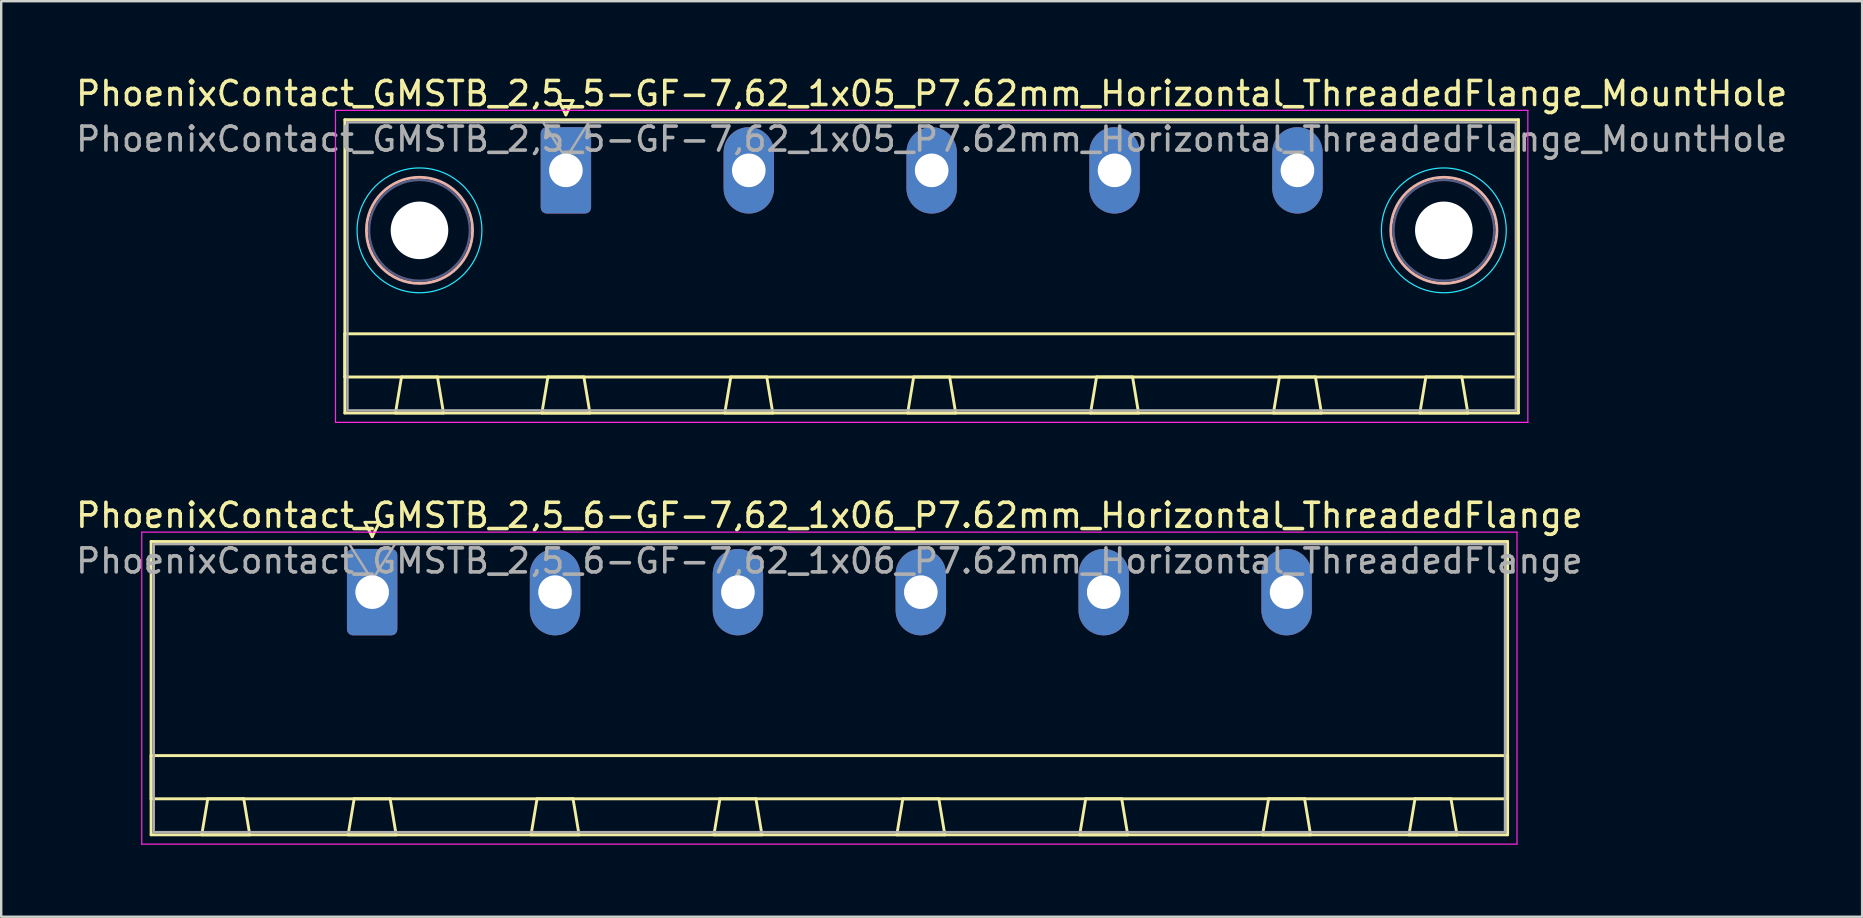
<source format=kicad_pcb>
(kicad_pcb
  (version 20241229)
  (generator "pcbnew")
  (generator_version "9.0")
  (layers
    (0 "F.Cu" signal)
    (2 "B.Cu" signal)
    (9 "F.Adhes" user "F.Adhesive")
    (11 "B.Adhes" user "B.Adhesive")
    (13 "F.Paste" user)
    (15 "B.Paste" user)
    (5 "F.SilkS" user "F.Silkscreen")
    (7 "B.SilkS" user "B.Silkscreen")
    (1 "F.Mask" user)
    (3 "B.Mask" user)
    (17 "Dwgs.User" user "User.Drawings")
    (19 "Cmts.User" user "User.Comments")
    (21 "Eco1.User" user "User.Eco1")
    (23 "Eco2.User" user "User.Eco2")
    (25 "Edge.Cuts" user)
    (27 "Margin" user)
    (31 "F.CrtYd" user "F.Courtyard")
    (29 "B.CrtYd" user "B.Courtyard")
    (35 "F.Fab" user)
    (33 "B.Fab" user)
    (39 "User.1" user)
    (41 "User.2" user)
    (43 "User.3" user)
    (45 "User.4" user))
  (footprint "PhoenixContact_GMSTB_2,5_6-GF-7,62_1x06_P7.62mm_Horizontal_ThreadedFlange"
    (layer "F.Cu")
    (at 12.456 21.622)
    (property "Reference" "PhoenixContact_GMSTB_2,5_6-GF-7,62_1x06_P7.62mm_Horizontal_ThreadedFlange" (at 19.05 -3.2 0) (layer "F.SilkS") (effects (font (size 1 1) (thickness 0.15))))
    (attr through_hole)
    (fp_line (start -9.21 -2.11) (end -9.21 10.11) (stroke (width 0.12) (type solid)) (layer "F.SilkS"))
    (fp_line (start -9.21 6.81) (end 47.31 6.81) (stroke (width 0.12) (type solid)) (layer "F.SilkS"))
    (fp_line (start -9.21 8.61) (end -9.21 6.81) (stroke (width 0.12) (type solid)) (layer "F.SilkS"))
    (fp_line (start -9.21 10.11) (end 47.31 10.11) (stroke (width 0.12) (type solid)) (layer "F.SilkS"))
    (fp_line (start -7.1 10.11) (end -5.1 10.11) (stroke (width 0.12) (type solid)) (layer "F.SilkS"))
    (fp_line (start -6.85 8.61) (end -7.1 10.11) (stroke (width 0.12) (type solid)) (layer "F.SilkS"))
    (fp_line (start -5.35 8.61) (end -6.85 8.61) (stroke (width 0.12) (type solid)) (layer "F.SilkS"))
    (fp_line (start -5.1 10.11) (end -5.35 8.61) (stroke (width 0.12) (type solid)) (layer "F.SilkS"))
    (fp_line (start -1 10.11) (end 1 10.11) (stroke (width 0.12) (type solid)) (layer "F.SilkS"))
    (fp_line (start -0.75 8.61) (end -1 10.11) (stroke (width 0.12) (type solid)) (layer "F.SilkS"))
    (fp_line (start -0.3 -2.91) (end 0.3 -2.91) (stroke (width 0.12) (type solid)) (layer "F.SilkS"))
    (fp_line (start 0 -2.31) (end -0.3 -2.91) (stroke (width 0.12) (type solid)) (layer "F.SilkS"))
    (fp_line (start 0.3 -2.91) (end 0 -2.31) (stroke (width 0.12) (type solid)) (layer "F.SilkS"))
    (fp_line (start 0.75 8.61) (end -0.75 8.61) (stroke (width 0.12) (type solid)) (layer "F.SilkS"))
    (fp_line (start 1 10.11) (end 0.75 8.61) (stroke (width 0.12) (type solid)) (layer "F.SilkS"))
    (fp_line (start 6.62 10.11) (end 8.62 10.11) (stroke (width 0.12) (type solid)) (layer "F.SilkS"))
    (fp_line (start 6.87 8.61) (end 6.62 10.11) (stroke (width 0.12) (type solid)) (layer "F.SilkS"))
    (fp_line (start 8.37 8.61) (end 6.87 8.61) (stroke (width 0.12) (type solid)) (layer "F.SilkS"))
    (fp_line (start 8.62 10.11) (end 8.37 8.61) (stroke (width 0.12) (type solid)) (layer "F.SilkS"))
    (fp_line (start 14.24 10.11) (end 16.24 10.11) (stroke (width 0.12) (type solid)) (layer "F.SilkS"))
    (fp_line (start 14.49 8.61) (end 14.24 10.11) (stroke (width 0.12) (type solid)) (layer "F.SilkS"))
    (fp_line (start 15.99 8.61) (end 14.49 8.61) (stroke (width 0.12) (type solid)) (layer "F.SilkS"))
    (fp_line (start 16.24 10.11) (end 15.99 8.61) (stroke (width 0.12) (type solid)) (layer "F.SilkS"))
    (fp_line (start 21.86 10.11) (end 23.86 10.11) (stroke (width 0.12) (type solid)) (layer "F.SilkS"))
    (fp_line (start 22.11 8.61) (end 21.86 10.11) (stroke (width 0.12) (type solid)) (layer "F.SilkS"))
    (fp_line (start 23.61 8.61) (end 22.11 8.61) (stroke (width 0.12) (type solid)) (layer "F.SilkS"))
    (fp_line (start 23.86 10.11) (end 23.61 8.61) (stroke (width 0.12) (type solid)) (layer "F.SilkS"))
    (fp_line (start 29.48 10.11) (end 31.48 10.11) (stroke (width 0.12) (type solid)) (layer "F.SilkS"))
    (fp_line (start 29.73 8.61) (end 29.48 10.11) (stroke (width 0.12) (type solid)) (layer "F.SilkS"))
    (fp_line (start 31.23 8.61) (end 29.73 8.61) (stroke (width 0.12) (type solid)) (layer "F.SilkS"))
    (fp_line (start 31.48 10.11) (end 31.23 8.61) (stroke (width 0.12) (type solid)) (layer "F.SilkS"))
    (fp_line (start 37.1 10.11) (end 39.1 10.11) (stroke (width 0.12) (type solid)) (layer "F.SilkS"))
    (fp_line (start 37.35 8.61) (end 37.1 10.11) (stroke (width 0.12) (type solid)) (layer "F.SilkS"))
    (fp_line (start 38.85 8.61) (end 37.35 8.61) (stroke (width 0.12) (type solid)) (layer "F.SilkS"))
    (fp_line (start 39.1 10.11) (end 38.85 8.61) (stroke (width 0.12) (type solid)) (layer "F.SilkS"))
    (fp_line (start 43.2 10.11) (end 45.2 10.11) (stroke (width 0.12) (type solid)) (layer "F.SilkS"))
    (fp_line (start 43.45 8.61) (end 43.2 10.11) (stroke (width 0.12) (type solid)) (layer "F.SilkS"))
    (fp_line (start 44.95 8.61) (end 43.45 8.61) (stroke (width 0.12) (type solid)) (layer "F.SilkS"))
    (fp_line (start 45.2 10.11) (end 44.95 8.61) (stroke (width 0.12) (type solid)) (layer "F.SilkS"))
    (fp_line (start 47.31 -2.11) (end -9.21 -2.11) (stroke (width 0.12) (type solid)) (layer "F.SilkS"))
    (fp_line (start 47.31 6.81) (end 47.31 8.61) (stroke (width 0.12) (type solid)) (layer "F.SilkS"))
    (fp_line (start 47.31 8.61) (end -9.21 8.61) (stroke (width 0.12) (type solid)) (layer "F.SilkS"))
    (fp_line (start 47.31 10.11) (end 47.31 -2.11) (stroke (width 0.12) (type solid)) (layer "F.SilkS"))
    (fp_line (start -9.6 -2.5) (end -9.6 10.5) (stroke (width 0.05) (type solid)) (layer "F.CrtYd"))
    (fp_line (start -9.6 10.5) (end 47.7 10.5) (stroke (width 0.05) (type solid)) (layer "F.CrtYd"))
    (fp_line (start 47.7 -2.5) (end -9.6 -2.5) (stroke (width 0.05) (type solid)) (layer "F.CrtYd"))
    (fp_line (start 47.7 10.5) (end 47.7 -2.5) (stroke (width 0.05) (type solid)) (layer "F.CrtYd"))
    (fp_line (start -9.1 -2) (end -9.1 10) (stroke (width 0.1) (type solid)) (layer "F.Fab"))
    (fp_line (start -9.1 10) (end 47.2 10) (stroke (width 0.1) (type solid)) (layer "F.Fab"))
    (fp_line (start 0 -0.5) (end -0.95 -2) (stroke (width 0.1) (type solid)) (layer "F.Fab"))
    (fp_line (start 0.95 -2) (end 0 -0.5) (stroke (width 0.1) (type solid)) (layer "F.Fab"))
    (fp_line (start 47.2 -2) (end -9.1 -2) (stroke (width 0.1) (type solid)) (layer "F.Fab"))
    (fp_line (start 47.2 10) (end 47.2 -2) (stroke (width 0.1) (type solid)) (layer "F.Fab"))
    (fp_text user "${REFERENCE}" (at 19.05 -1.3 0) (layer "F.Fab") (effects (font (size 1 1) (thickness 0.15))))
    (pad "1" thru_hole roundrect (at 0 0) (size 2.1 3.6) (drill 1.4) (layers "*.Cu" "*.Mask") (roundrect_rratio 0.119))
    (pad "2" thru_hole oval (at 7.62 0) (size 2.1 3.6) (drill 1.4) (layers "*.Cu" "*.Mask"))
    (pad "3" thru_hole oval (at 15.24 0) (size 2.1 3.6) (drill 1.4) (layers "*.Cu" "*.Mask"))
    (pad "4" thru_hole oval (at 22.86 0) (size 2.1 3.6) (drill 1.4) (layers "*.Cu" "*.Mask"))
    (pad "5" thru_hole oval (at 30.48 0) (size 2.1 3.6) (drill 1.4) (layers "*.Cu" "*.Mask"))
    (pad "6" thru_hole oval (at 38.1 0) (size 2.1 3.6) (drill 1.4) (layers "*.Cu" "*.Mask")))
  (footprint "PhoenixContact_GMSTB_2,5_5-GF-7,62_1x05_P7.62mm_Horizontal_ThreadedFlange_MountHole"
    (layer "F.Cu")
    (at 20.528 4.048)
    (property "Reference" "PhoenixContact_GMSTB_2,5_5-GF-7,62_1x05_P7.62mm_Horizontal_ThreadedFlange_MountHole" (at 15.24 -3.2 0) (layer "F.SilkS") (effects (font (size 1 1) (thickness 0.15))))
    (attr through_hole)
    (fp_line (start -9.21 -2.11) (end -9.21 10.11) (stroke (width 0.12) (type solid)) (layer "F.SilkS"))
    (fp_line (start -9.21 6.81) (end 39.69 6.81) (stroke (width 0.12) (type solid)) (layer "F.SilkS"))
    (fp_line (start -9.21 8.61) (end -9.21 6.81) (stroke (width 0.12) (type solid)) (layer "F.SilkS"))
    (fp_line (start -9.21 10.11) (end 39.69 10.11) (stroke (width 0.12) (type solid)) (layer "F.SilkS"))
    (fp_line (start -7.1 10.11) (end -5.1 10.11) (stroke (width 0.12) (type solid)) (layer "F.SilkS"))
    (fp_line (start -6.85 8.61) (end -7.1 10.11) (stroke (width 0.12) (type solid)) (layer "F.SilkS"))
    (fp_line (start -5.35 8.61) (end -6.85 8.61) (stroke (width 0.12) (type solid)) (layer "F.SilkS"))
    (fp_line (start -5.1 10.11) (end -5.35 8.61) (stroke (width 0.12) (type solid)) (layer "F.SilkS"))
    (fp_line (start -1 10.11) (end 1 10.11) (stroke (width 0.12) (type solid)) (layer "F.SilkS"))
    (fp_line (start -0.75 8.61) (end -1 10.11) (stroke (width 0.12) (type solid)) (layer "F.SilkS"))
    (fp_line (start -0.3 -2.91) (end 0.3 -2.91) (stroke (width 0.12) (type solid)) (layer "F.SilkS"))
    (fp_line (start 0 -2.31) (end -0.3 -2.91) (stroke (width 0.12) (type solid)) (layer "F.SilkS"))
    (fp_line (start 0.3 -2.91) (end 0 -2.31) (stroke (width 0.12) (type solid)) (layer "F.SilkS"))
    (fp_line (start 0.75 8.61) (end -0.75 8.61) (stroke (width 0.12) (type solid)) (layer "F.SilkS"))
    (fp_line (start 1 10.11) (end 0.75 8.61) (stroke (width 0.12) (type solid)) (layer "F.SilkS"))
    (fp_line (start 6.62 10.11) (end 8.62 10.11) (stroke (width 0.12) (type solid)) (layer "F.SilkS"))
    (fp_line (start 6.87 8.61) (end 6.62 10.11) (stroke (width 0.12) (type solid)) (layer "F.SilkS"))
    (fp_line (start 8.37 8.61) (end 6.87 8.61) (stroke (width 0.12) (type solid)) (layer "F.SilkS"))
    (fp_line (start 8.62 10.11) (end 8.37 8.61) (stroke (width 0.12) (type solid)) (layer "F.SilkS"))
    (fp_line (start 14.24 10.11) (end 16.24 10.11) (stroke (width 0.12) (type solid)) (layer "F.SilkS"))
    (fp_line (start 14.49 8.61) (end 14.24 10.11) (stroke (width 0.12) (type solid)) (layer "F.SilkS"))
    (fp_line (start 15.99 8.61) (end 14.49 8.61) (stroke (width 0.12) (type solid)) (layer "F.SilkS"))
    (fp_line (start 16.24 10.11) (end 15.99 8.61) (stroke (width 0.12) (type solid)) (layer "F.SilkS"))
    (fp_line (start 21.86 10.11) (end 23.86 10.11) (stroke (width 0.12) (type solid)) (layer "F.SilkS"))
    (fp_line (start 22.11 8.61) (end 21.86 10.11) (stroke (width 0.12) (type solid)) (layer "F.SilkS"))
    (fp_line (start 23.61 8.61) (end 22.11 8.61) (stroke (width 0.12) (type solid)) (layer "F.SilkS"))
    (fp_line (start 23.86 10.11) (end 23.61 8.61) (stroke (width 0.12) (type solid)) (layer "F.SilkS"))
    (fp_line (start 29.48 10.11) (end 31.48 10.11) (stroke (width 0.12) (type solid)) (layer "F.SilkS"))
    (fp_line (start 29.73 8.61) (end 29.48 10.11) (stroke (width 0.12) (type solid)) (layer "F.SilkS"))
    (fp_line (start 31.23 8.61) (end 29.73 8.61) (stroke (width 0.12) (type solid)) (layer "F.SilkS"))
    (fp_line (start 31.48 10.11) (end 31.23 8.61) (stroke (width 0.12) (type solid)) (layer "F.SilkS"))
    (fp_line (start 35.58 10.11) (end 37.58 10.11) (stroke (width 0.12) (type solid)) (layer "F.SilkS"))
    (fp_line (start 35.83 8.61) (end 35.58 10.11) (stroke (width 0.12) (type solid)) (layer "F.SilkS"))
    (fp_line (start 37.33 8.61) (end 35.83 8.61) (stroke (width 0.12) (type solid)) (layer "F.SilkS"))
    (fp_line (start 37.58 10.11) (end 37.33 8.61) (stroke (width 0.12) (type solid)) (layer "F.SilkS"))
    (fp_line (start 39.69 -2.11) (end -9.21 -2.11) (stroke (width 0.12) (type solid)) (layer "F.SilkS"))
    (fp_line (start 39.69 6.81) (end 39.69 8.61) (stroke (width 0.12) (type solid)) (layer "F.SilkS"))
    (fp_line (start 39.69 8.61) (end -9.21 8.61) (stroke (width 0.12) (type solid)) (layer "F.SilkS"))
    (fp_line (start 39.69 10.11) (end 39.69 -2.11) (stroke (width 0.12) (type solid)) (layer "F.SilkS"))
    (fp_circle (center -6.1 2.5) (end -3.89 2.5) (stroke (width 0.12) (type solid)) (fill no) (layer "B.SilkS"))
    (fp_circle (center 36.58 2.5) (end 38.79 2.5) (stroke (width 0.12) (type solid)) (fill no) (layer "B.SilkS"))
    (fp_circle (center -6.1 2.5) (end -3.5 2.5) (stroke (width 0.05) (type solid)) (fill no) (layer "B.CrtYd"))
    (fp_circle (center 36.58 2.5) (end 39.18 2.5) (stroke (width 0.05) (type solid)) (fill no) (layer "B.CrtYd"))
    (fp_line (start -9.6 -2.5) (end -9.6 10.5) (stroke (width 0.05) (type solid)) (layer "F.CrtYd"))
    (fp_line (start -9.6 10.5) (end 40.08 10.5) (stroke (width 0.05) (type solid)) (layer "F.CrtYd"))
    (fp_line (start 40.08 -2.5) (end -9.6 -2.5) (stroke (width 0.05) (type solid)) (layer "F.CrtYd"))
    (fp_line (start 40.08 10.5) (end 40.08 -2.5) (stroke (width 0.05) (type solid)) (layer "F.CrtYd"))
    (fp_circle (center -6.1 2.5) (end -4 2.5) (stroke (width 0.1) (type solid)) (fill no) (layer "B.Fab"))
    (fp_circle (center 36.58 2.5) (end 38.68 2.5) (stroke (width 0.1) (type solid)) (fill no) (layer "B.Fab"))
    (fp_line (start -9.1 -2) (end -9.1 10) (stroke (width 0.1) (type solid)) (layer "F.Fab"))
    (fp_line (start -9.1 10) (end 39.58 10) (stroke (width 0.1) (type solid)) (layer "F.Fab"))
    (fp_line (start 0 -0.5) (end -0.95 -2) (stroke (width 0.1) (type solid)) (layer "F.Fab"))
    (fp_line (start 0.95 -2) (end 0 -0.5) (stroke (width 0.1) (type solid)) (layer "F.Fab"))
    (fp_line (start 39.58 -2) (end -9.1 -2) (stroke (width 0.1) (type solid)) (layer "F.Fab"))
    (fp_line (start 39.58 10) (end 39.58 -2) (stroke (width 0.1) (type solid)) (layer "F.Fab"))
    (fp_text user "${REFERENCE}" (at 15.24 -1.3 0) (layer "F.Fab") (effects (font (size 1 1) (thickness 0.15))))
    (pad "" np_thru_hole circle (at -6.1 2.5) (size 2.4 2.4) (drill 2.4) (layers "*.Cu" "*.Mask"))
    (pad "" np_thru_hole circle (at 36.58 2.5) (size 2.4 2.4) (drill 2.4) (layers "*.Cu" "*.Mask"))
    (pad "1" thru_hole roundrect (at 0 0) (size 2.1 3.6) (drill 1.4) (layers "*.Cu" "*.Mask") (roundrect_rratio 0.119))
    (pad "2" thru_hole oval (at 7.62 0) (size 2.1 3.6) (drill 1.4) (layers "*.Cu" "*.Mask"))
    (pad "3" thru_hole oval (at 15.24 0) (size 2.1 3.6) (drill 1.4) (layers "*.Cu" "*.Mask"))
    (pad "4" thru_hole oval (at 22.86 0) (size 2.1 3.6) (drill 1.4) (layers "*.Cu" "*.Mask"))
    (pad "5" thru_hole oval (at 30.48 0) (size 2.1 3.6) (drill 1.4) (layers "*.Cu" "*.Mask")))
  (gr_rect
    (start -3 -3)
    (end 74.536 35.147)
    (stroke (width 0.1) (type default))
    (fill no)
    (layer "Edge.Cuts")))
</source>
